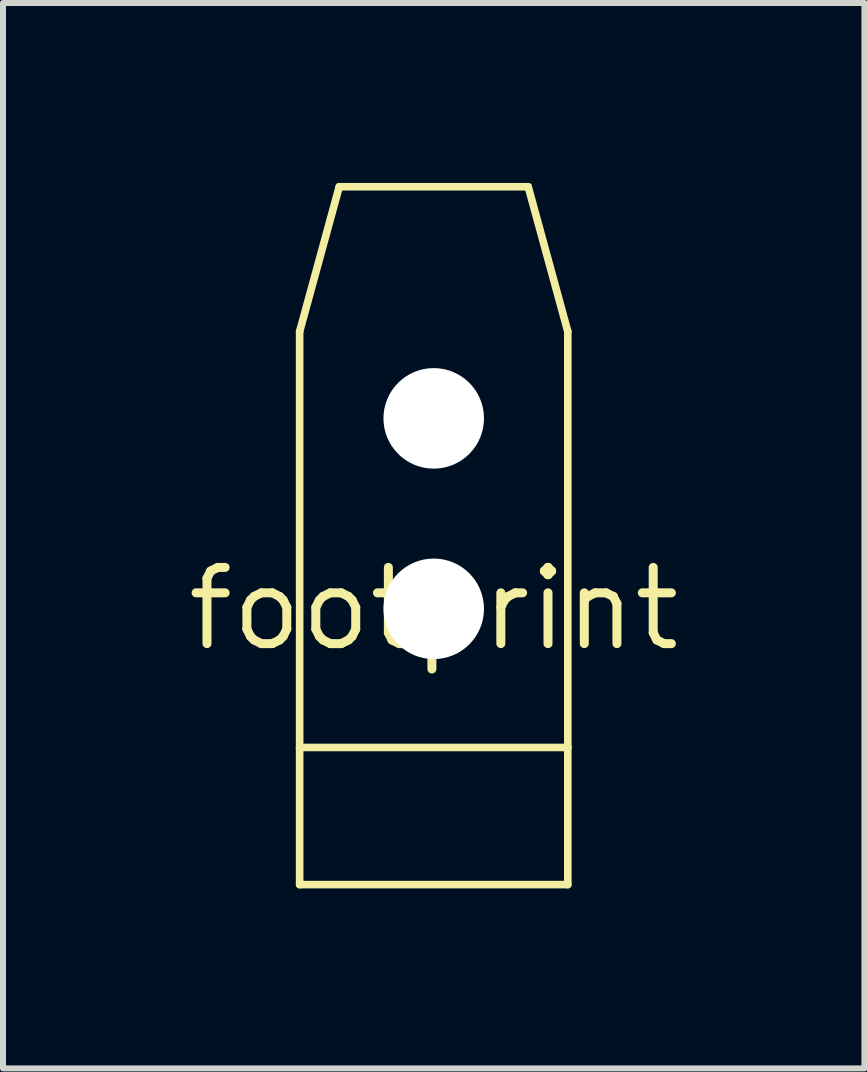
<source format=kicad_pcb>
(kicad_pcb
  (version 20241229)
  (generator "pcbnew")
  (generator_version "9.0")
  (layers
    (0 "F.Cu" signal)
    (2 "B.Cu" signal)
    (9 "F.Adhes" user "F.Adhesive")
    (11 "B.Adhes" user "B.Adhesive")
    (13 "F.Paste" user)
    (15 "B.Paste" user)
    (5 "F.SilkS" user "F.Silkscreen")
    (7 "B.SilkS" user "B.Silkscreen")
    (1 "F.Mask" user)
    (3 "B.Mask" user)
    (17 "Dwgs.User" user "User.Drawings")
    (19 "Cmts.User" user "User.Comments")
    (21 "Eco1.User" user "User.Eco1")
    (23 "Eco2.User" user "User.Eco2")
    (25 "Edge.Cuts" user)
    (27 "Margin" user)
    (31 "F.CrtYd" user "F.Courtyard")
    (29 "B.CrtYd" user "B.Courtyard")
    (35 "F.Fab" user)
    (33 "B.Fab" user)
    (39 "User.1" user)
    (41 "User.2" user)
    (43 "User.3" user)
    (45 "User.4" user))
  (footprint "footprint"
    (layer "F.Cu")
    (at 4.18 7.099)
    (property "Reference" "footprint" (at 0 0 0) (layer "F.SilkS") (effects (font (size 1.27 1.27) (thickness 0.15))))
    (fp_line (start -2.235 2.311) (end -2.235 -4.623) (stroke (width 0.127) (type solid)) (layer "F.SilkS"))
    (fp_line (start -2.235 2.311) (end 2.235 2.311) (stroke (width 0.127) (type solid)) (layer "F.SilkS"))
    (fp_line (start -2.235 4.597) (end -2.235 2.311) (stroke (width 0.127) (type solid)) (layer "F.SilkS"))
    (fp_line (start -2.235 4.597) (end 2.235 4.597) (stroke (width 0.127) (type solid)) (layer "F.SilkS"))
    (fp_line (start -1.575 -7.036) (end -2.235 -4.623) (stroke (width 0.127) (type solid)) (layer "F.SilkS"))
    (fp_line (start -1.575 -7.036) (end 1.575 -7.036) (stroke (width 0.127) (type solid)) (layer "F.SilkS"))
    (fp_line (start 1.575 -7.036) (end 2.235 -4.623) (stroke (width 0.127) (type solid)) (layer "F.SilkS"))
    (fp_line (start 2.235 -4.623) (end 2.235 2.311) (stroke (width 0.127) (type solid)) (layer "F.SilkS"))
    (fp_line (start 2.235 2.311) (end 2.235 4.597) (stroke (width 0.127) (type solid)) (layer "F.SilkS"))
    (pad "" np_thru_hole circle (at 0 -3.175) (size 1.676 1.676) (drill 1.676) (layers "*.Cu" "*.Mask"))
    (pad "" np_thru_hole circle (at 0 0) (size 1.676 1.676) (drill 1.676) (layers "*.Cu" "*.Mask")))
  (gr_rect
    (start -3 -3)
    (end 11.36 14.76)
    (stroke (width 0.1) (type default))
    (fill no)
    (layer "Edge.Cuts")))
</source>
